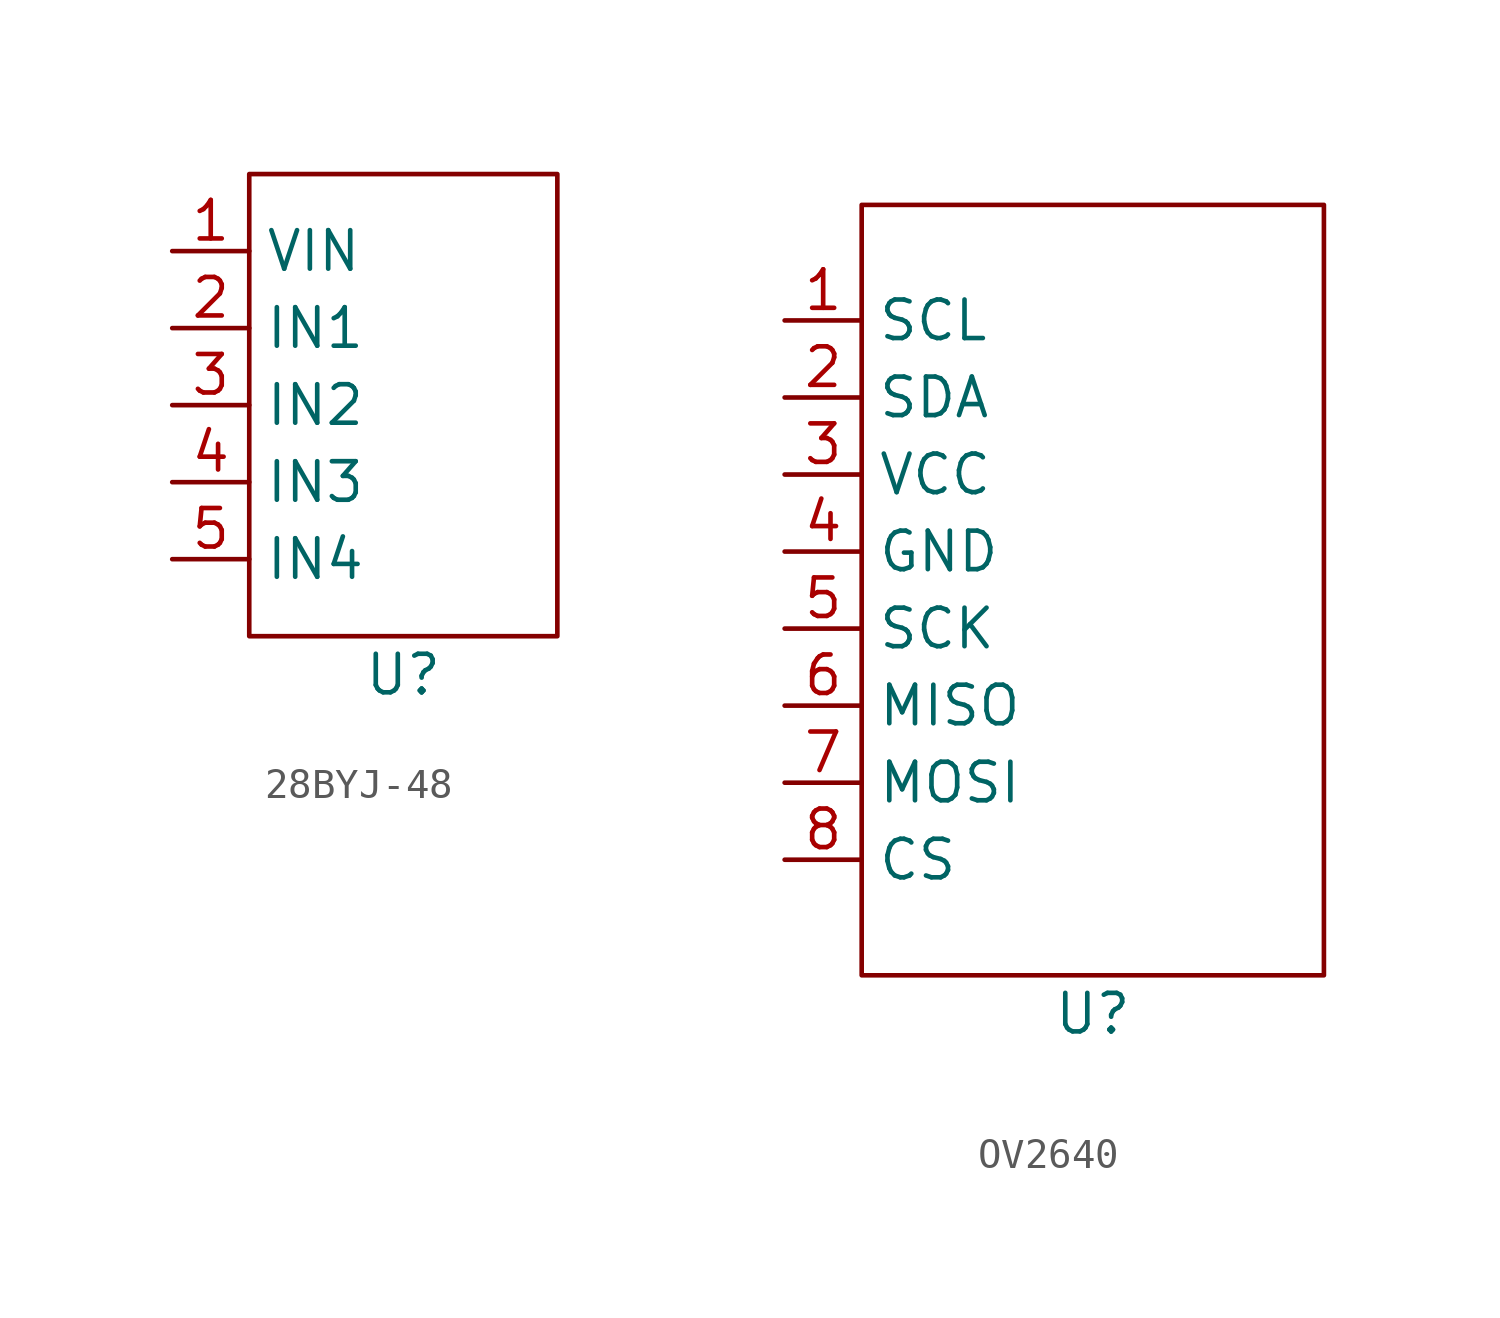
<source format=kicad_sym>
(kicad_symbol_lib
  (version 20220914)
  (generator kicad_symbol_editor)
  (symbol "28BYJ-48"
    (property "Reference" "U"
      (at 0 0 0)
      (effects (font (size 1.27 1.27))))
    (property "Value" ""
      (at 0 0 0)
      (effects (font (size 1.27 1.27))))
    (symbol "28BYJ-48_0_1"
      (rectangle (start -5.08 16.51) (end 5.08 1.27) (stroke (width 0) (type default)) (fill (type none))))
    (symbol "28BYJ-48_1_1"
      (pin input line (at -7.62 13.97 0) (length 2.54) (name "VIN" (effects (font (size 1.27 1.27)))) (number "1" (effects (font (size 1.27 1.27)))))
      (pin input line (at -7.62 11.43 0) (length 2.54) (name "IN1" (effects (font (size 1.27 1.27)))) (number "2" (effects (font (size 1.27 1.27)))))
      (pin input line (at -7.62 8.89 0) (length 2.54) (name "IN2" (effects (font (size 1.27 1.27)))) (number "3" (effects (font (size 1.27 1.27)))))
      (pin input line (at -7.62 6.35 0) (length 2.54) (name "IN3" (effects (font (size 1.27 1.27)))) (number "4" (effects (font (size 1.27 1.27)))))
      (pin input line (at -7.62 3.81 0) (length 2.54) (name "IN4" (effects (font (size 1.27 1.27)))) (number "5" (effects (font (size 1.27 1.27)))))))
  (symbol "OV2640"
    (property "Reference" "U"
      (at 0 0 0)
      (effects (font (size 1.27 1.27))))
    (property "Value" ""
      (at 0 0 0)
      (effects (font (size 1.27 1.27))))
    (symbol "OV2640_0_1"
      (rectangle (start -7.62 26.67) (end 7.62 1.27) (stroke (width 0) (type default)) (fill (type none))))
    (symbol "OV2640_1_1"
      (pin bidirectional line (at -10.16 22.86 0) (length 2.54) (name "SCL" (effects (font (size 1.27 1.27)))) (number "1" (effects (font (size 1.27 1.27)))))
      (pin bidirectional line (at -10.16 20.32 0) (length 2.54) (name "SDA" (effects (font (size 1.27 1.27)))) (number "2" (effects (font (size 1.27 1.27)))))
      (pin input line (at -10.16 17.78 0) (length 2.54) (name "VCC" (effects (font (size 1.27 1.27)))) (number "3" (effects (font (size 1.27 1.27)))))
      (pin input line (at -10.16 15.24 0) (length 2.54) (name "GND" (effects (font (size 1.27 1.27)))) (number "4" (effects (font (size 1.27 1.27)))))
      (pin bidirectional line (at -10.16 12.7 0) (length 2.54) (name "SCK" (effects (font (size 1.27 1.27)))) (number "5" (effects (font (size 1.27 1.27)))))
      (pin bidirectional line (at -10.16 10.16 0) (length 2.54) (name "MISO" (effects (font (size 1.27 1.27)))) (number "6" (effects (font (size 1.27 1.27)))))
      (pin bidirectional line (at -10.16 7.62 0) (length 2.54) (name "MOSI" (effects (font (size 1.27 1.27)))) (number "7" (effects (font (size 1.27 1.27)))))
      (pin bidirectional line (at -10.16 5.08 0) (length 2.54) (name "CS" (effects (font (size 1.27 1.27)))) (number "8" (effects (font (size 1.27 1.27))))))))
</source>
